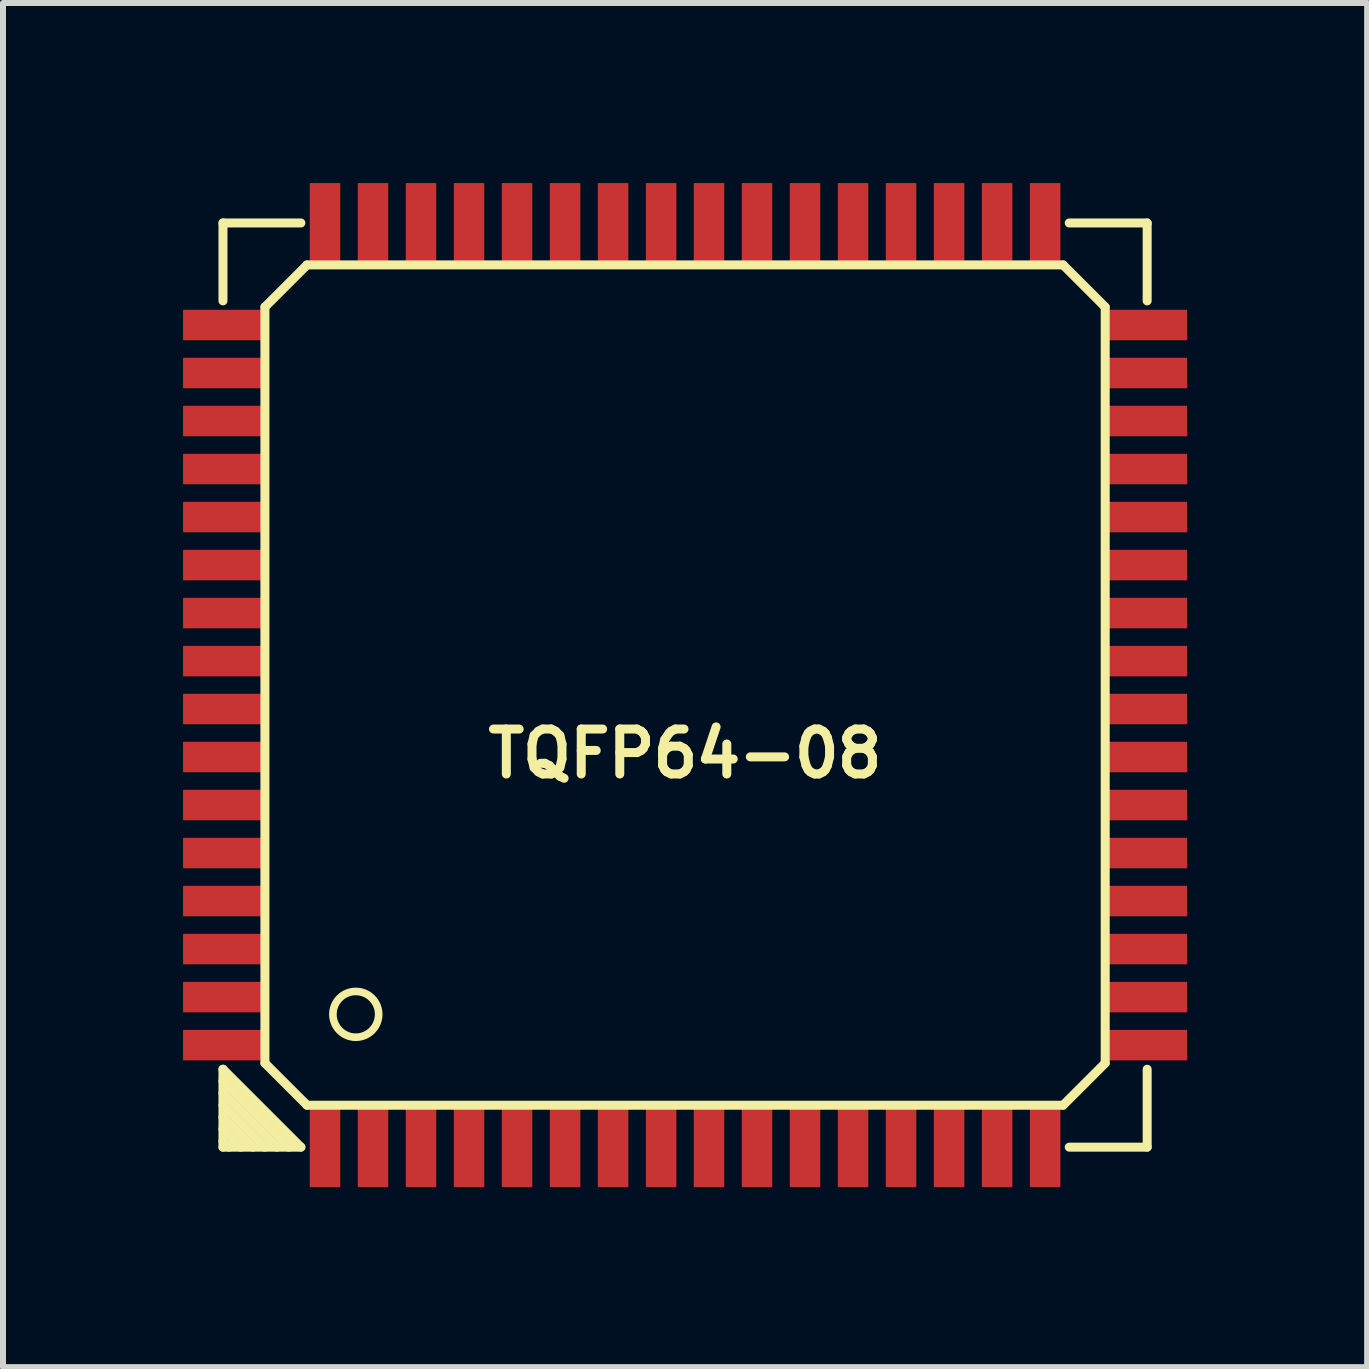
<source format=kicad_pcb>
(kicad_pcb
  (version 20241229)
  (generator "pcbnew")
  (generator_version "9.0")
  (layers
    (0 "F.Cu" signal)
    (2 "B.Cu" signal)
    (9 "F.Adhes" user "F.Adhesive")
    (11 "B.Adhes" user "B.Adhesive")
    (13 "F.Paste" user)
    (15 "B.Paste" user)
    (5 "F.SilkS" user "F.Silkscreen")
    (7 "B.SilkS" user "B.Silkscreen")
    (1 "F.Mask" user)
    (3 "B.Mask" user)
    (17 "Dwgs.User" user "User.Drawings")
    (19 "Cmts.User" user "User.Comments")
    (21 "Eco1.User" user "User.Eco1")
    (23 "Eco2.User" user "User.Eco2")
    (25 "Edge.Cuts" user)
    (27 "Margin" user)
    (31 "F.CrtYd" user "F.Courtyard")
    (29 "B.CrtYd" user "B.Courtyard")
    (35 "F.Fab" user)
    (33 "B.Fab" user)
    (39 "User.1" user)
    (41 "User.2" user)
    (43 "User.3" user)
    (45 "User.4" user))
  (footprint "TQFP64-08"
    (layer "F.Cu")
    (at 8.364 8.364)
    (property "Reference" "TQFP64-08" (at 0 1.143 0) (layer "F.SilkS") (effects (font (size 0.749 0.749) (thickness 0.15))))
    (attr through_hole)
    (fp_line (start -7.699 -7.699) (end -6.401 -7.699) (stroke (width 0.15) (type solid)) (layer "F.SilkS"))
    (fp_line (start -7.699 -6.401) (end -7.699 -7.699) (stroke (width 0.15) (type solid)) (layer "F.SilkS"))
    (fp_line (start -7.699 6.401) (end -6.401 7.699) (stroke (width 0.15) (type solid)) (layer "F.SilkS"))
    (fp_line (start -7.699 6.599) (end -6.599 7.699) (stroke (width 0.15) (type solid)) (layer "F.SilkS"))
    (fp_line (start -7.699 7) (end -7 7.699) (stroke (width 0.15) (type solid)) (layer "F.SilkS"))
    (fp_line (start -7.699 7.399) (end -7.399 7.699) (stroke (width 0.15) (type solid)) (layer "F.SilkS"))
    (fp_line (start -7.699 7.699) (end -7.699 6.401) (stroke (width 0.15) (type solid)) (layer "F.SilkS"))
    (fp_line (start -7.699 7.699) (end -6.401 7.699) (stroke (width 0.15) (type solid)) (layer "F.SilkS"))
    (fp_line (start -7.6 7.699) (end -7.699 7.6) (stroke (width 0.15) (type solid)) (layer "F.SilkS"))
    (fp_line (start -7.201 7.699) (end -7.699 7.201) (stroke (width 0.15) (type solid)) (layer "F.SilkS"))
    (fp_line (start -7 -6.299) (end -7 6.299) (stroke (width 0.15) (type solid)) (layer "F.SilkS"))
    (fp_line (start -7 6.299) (end -6.299 7) (stroke (width 0.15) (type solid)) (layer "F.SilkS"))
    (fp_line (start -6.8 7.699) (end -7.699 6.8) (stroke (width 0.15) (type solid)) (layer "F.SilkS"))
    (fp_line (start -6.299 -7) (end -7 -6.299) (stroke (width 0.15) (type solid)) (layer "F.SilkS"))
    (fp_line (start -6.299 7) (end 6.299 7) (stroke (width 0.15) (type solid)) (layer "F.SilkS"))
    (fp_line (start 6.299 -7) (end -6.299 -7) (stroke (width 0.15) (type solid)) (layer "F.SilkS"))
    (fp_line (start 6.299 7) (end 7 6.299) (stroke (width 0.15) (type solid)) (layer "F.SilkS"))
    (fp_line (start 6.401 -7.699) (end 7.699 -7.699) (stroke (width 0.15) (type solid)) (layer "F.SilkS"))
    (fp_line (start 6.401 7.699) (end 7.699 7.699) (stroke (width 0.15) (type solid)) (layer "F.SilkS"))
    (fp_line (start 7 -6.299) (end 6.299 -7) (stroke (width 0.15) (type solid)) (layer "F.SilkS"))
    (fp_line (start 7 6.299) (end 7 -6.299) (stroke (width 0.15) (type solid)) (layer "F.SilkS"))
    (fp_line (start 7.699 -7.699) (end 7.699 -6.401) (stroke (width 0.15) (type solid)) (layer "F.SilkS"))
    (fp_line (start 7.699 7.699) (end 7.699 6.401) (stroke (width 0.15) (type solid)) (layer "F.SilkS"))
    (fp_circle (center -5.486 5.486) (end -5.715 5.791) (stroke (width 0.127) (type solid)) (fill no) (layer "F.SilkS"))
    (pad "1" smd rect (at -5.999 7.714) (size 0.508 1.3) (layers "F.Cu" "F.Mask" "F.Paste"))
    (pad "2" smd rect (at -5.199 7.714) (size 0.508 1.3) (layers "F.Cu" "F.Mask" "F.Paste"))
    (pad "3" smd rect (at -4.399 7.714) (size 0.508 1.3) (layers "F.Cu" "F.Mask" "F.Paste"))
    (pad "4" smd rect (at -3.599 7.714) (size 0.508 1.3) (layers "F.Cu" "F.Mask" "F.Paste"))
    (pad "5" smd rect (at -2.799 7.714) (size 0.508 1.3) (layers "F.Cu" "F.Mask" "F.Paste"))
    (pad "6" smd rect (at -1.999 7.714) (size 0.508 1.3) (layers "F.Cu" "F.Mask" "F.Paste"))
    (pad "7" smd rect (at -1.199 7.714) (size 0.508 1.3) (layers "F.Cu" "F.Mask" "F.Paste"))
    (pad "8" smd rect (at -0.399 7.714) (size 0.508 1.3) (layers "F.Cu" "F.Mask" "F.Paste"))
    (pad "9" smd rect (at 0.399 7.714) (size 0.508 1.3) (layers "F.Cu" "F.Mask" "F.Paste"))
    (pad "10" smd rect (at 1.199 7.714) (size 0.508 1.3) (layers "F.Cu" "F.Mask" "F.Paste"))
    (pad "11" smd rect (at 1.999 7.714) (size 0.508 1.3) (layers "F.Cu" "F.Mask" "F.Paste"))
    (pad "12" smd rect (at 2.799 7.714) (size 0.508 1.3) (layers "F.Cu" "F.Mask" "F.Paste"))
    (pad "13" smd rect (at 3.599 7.714) (size 0.508 1.3) (layers "F.Cu" "F.Mask" "F.Paste"))
    (pad "14" smd rect (at 4.399 7.714) (size 0.508 1.3) (layers "F.Cu" "F.Mask" "F.Paste"))
    (pad "15" smd rect (at 5.199 7.714) (size 0.508 1.3) (layers "F.Cu" "F.Mask" "F.Paste"))
    (pad "16" smd rect (at 5.999 7.714) (size 0.508 1.3) (layers "F.Cu" "F.Mask" "F.Paste"))
    (pad "17" smd rect (at 7.714 5.999) (size 1.3 0.508) (layers "F.Cu" "F.Mask" "F.Paste"))
    (pad "18" smd rect (at 7.714 5.199) (size 1.3 0.508) (layers "F.Cu" "F.Mask" "F.Paste"))
    (pad "19" smd rect (at 7.714 4.399) (size 1.3 0.508) (layers "F.Cu" "F.Mask" "F.Paste"))
    (pad "20" smd rect (at 7.714 3.599) (size 1.3 0.508) (layers "F.Cu" "F.Mask" "F.Paste"))
    (pad "21" smd rect (at 7.714 2.799) (size 1.3 0.508) (layers "F.Cu" "F.Mask" "F.Paste"))
    (pad "22" smd rect (at 7.714 1.999) (size 1.3 0.508) (layers "F.Cu" "F.Mask" "F.Paste"))
    (pad "23" smd rect (at 7.714 1.199) (size 1.3 0.508) (layers "F.Cu" "F.Mask" "F.Paste"))
    (pad "24" smd rect (at 7.714 0.399) (size 1.3 0.508) (layers "F.Cu" "F.Mask" "F.Paste"))
    (pad "25" smd rect (at 7.714 -0.399) (size 1.3 0.508) (layers "F.Cu" "F.Mask" "F.Paste"))
    (pad "26" smd rect (at 7.714 -1.199) (size 1.3 0.508) (layers "F.Cu" "F.Mask" "F.Paste"))
    (pad "27" smd rect (at 7.714 -1.999) (size 1.3 0.508) (layers "F.Cu" "F.Mask" "F.Paste"))
    (pad "28" smd rect (at 7.714 -2.799) (size 1.3 0.508) (layers "F.Cu" "F.Mask" "F.Paste"))
    (pad "29" smd rect (at 7.714 -3.599) (size 1.3 0.508) (layers "F.Cu" "F.Mask" "F.Paste"))
    (pad "30" smd rect (at 7.714 -4.399) (size 1.3 0.508) (layers "F.Cu" "F.Mask" "F.Paste"))
    (pad "31" smd rect (at 7.714 -5.199) (size 1.3 0.508) (layers "F.Cu" "F.Mask" "F.Paste"))
    (pad "32" smd rect (at 7.714 -5.999) (size 1.3 0.508) (layers "F.Cu" "F.Mask" "F.Paste"))
    (pad "33" smd rect (at 5.999 -7.714) (size 0.508 1.3) (layers "F.Cu" "F.Mask" "F.Paste"))
    (pad "34" smd rect (at 5.199 -7.714) (size 0.508 1.3) (layers "F.Cu" "F.Mask" "F.Paste"))
    (pad "35" smd rect (at 4.399 -7.714) (size 0.508 1.3) (layers "F.Cu" "F.Mask" "F.Paste"))
    (pad "36" smd rect (at 3.599 -7.714) (size 0.508 1.3) (layers "F.Cu" "F.Mask" "F.Paste"))
    (pad "37" smd rect (at 2.799 -7.714) (size 0.508 1.3) (layers "F.Cu" "F.Mask" "F.Paste"))
    (pad "38" smd rect (at 1.999 -7.714) (size 0.508 1.3) (layers "F.Cu" "F.Mask" "F.Paste"))
    (pad "39" smd rect (at 1.199 -7.714) (size 0.508 1.3) (layers "F.Cu" "F.Mask" "F.Paste"))
    (pad "40" smd rect (at 0.399 -7.714) (size 0.508 1.3) (layers "F.Cu" "F.Mask" "F.Paste"))
    (pad "41" smd rect (at -0.399 -7.714) (size 0.508 1.3) (layers "F.Cu" "F.Mask" "F.Paste"))
    (pad "42" smd rect (at -1.199 -7.714) (size 0.508 1.3) (layers "F.Cu" "F.Mask" "F.Paste"))
    (pad "43" smd rect (at -1.999 -7.714) (size 0.508 1.3) (layers "F.Cu" "F.Mask" "F.Paste"))
    (pad "44" smd rect (at -2.799 -7.714) (size 0.508 1.3) (layers "F.Cu" "F.Mask" "F.Paste"))
    (pad "45" smd rect (at -3.599 -7.714) (size 0.508 1.3) (layers "F.Cu" "F.Mask" "F.Paste"))
    (pad "46" smd rect (at -4.399 -7.714) (size 0.508 1.3) (layers "F.Cu" "F.Mask" "F.Paste"))
    (pad "47" smd rect (at -5.199 -7.714) (size 0.508 1.3) (layers "F.Cu" "F.Mask" "F.Paste"))
    (pad "48" smd rect (at -5.999 -7.714) (size 0.508 1.3) (layers "F.Cu" "F.Mask" "F.Paste"))
    (pad "49" smd rect (at -7.714 -5.999) (size 1.3 0.508) (layers "F.Cu" "F.Mask" "F.Paste"))
    (pad "50" smd rect (at -7.714 -5.199) (size 1.3 0.508) (layers "F.Cu" "F.Mask" "F.Paste"))
    (pad "51" smd rect (at -7.714 -4.399) (size 1.3 0.508) (layers "F.Cu" "F.Mask" "F.Paste"))
    (pad "52" smd rect (at -7.714 -3.599) (size 1.3 0.508) (layers "F.Cu" "F.Mask" "F.Paste"))
    (pad "53" smd rect (at -7.714 -2.799) (size 1.3 0.508) (layers "F.Cu" "F.Mask" "F.Paste"))
    (pad "54" smd rect (at -7.714 -1.999) (size 1.3 0.508) (layers "F.Cu" "F.Mask" "F.Paste"))
    (pad "55" smd rect (at -7.714 -1.199) (size 1.3 0.508) (layers "F.Cu" "F.Mask" "F.Paste"))
    (pad "56" smd rect (at -7.714 -0.399) (size 1.3 0.508) (layers "F.Cu" "F.Mask" "F.Paste"))
    (pad "57" smd rect (at -7.714 0.399) (size 1.3 0.508) (layers "F.Cu" "F.Mask" "F.Paste"))
    (pad "58" smd rect (at -7.714 1.199) (size 1.3 0.508) (layers "F.Cu" "F.Mask" "F.Paste"))
    (pad "59" smd rect (at -7.714 1.999) (size 1.3 0.508) (layers "F.Cu" "F.Mask" "F.Paste"))
    (pad "60" smd rect (at -7.714 2.799) (size 1.3 0.508) (layers "F.Cu" "F.Mask" "F.Paste"))
    (pad "61" smd rect (at -7.714 3.599) (size 1.3 0.508) (layers "F.Cu" "F.Mask" "F.Paste"))
    (pad "62" smd rect (at -7.714 4.399) (size 1.3 0.508) (layers "F.Cu" "F.Mask" "F.Paste"))
    (pad "63" smd rect (at -7.714 5.199) (size 1.3 0.508) (layers "F.Cu" "F.Mask" "F.Paste"))
    (pad "64" smd rect (at -7.714 5.999) (size 1.3 0.508) (layers "F.Cu" "F.Mask" "F.Paste")))
  (gr_rect
    (start -3 -3)
    (end 19.728 19.728)
    (stroke (width 0.1) (type default))
    (fill no)
    (layer "Edge.Cuts")))
</source>
